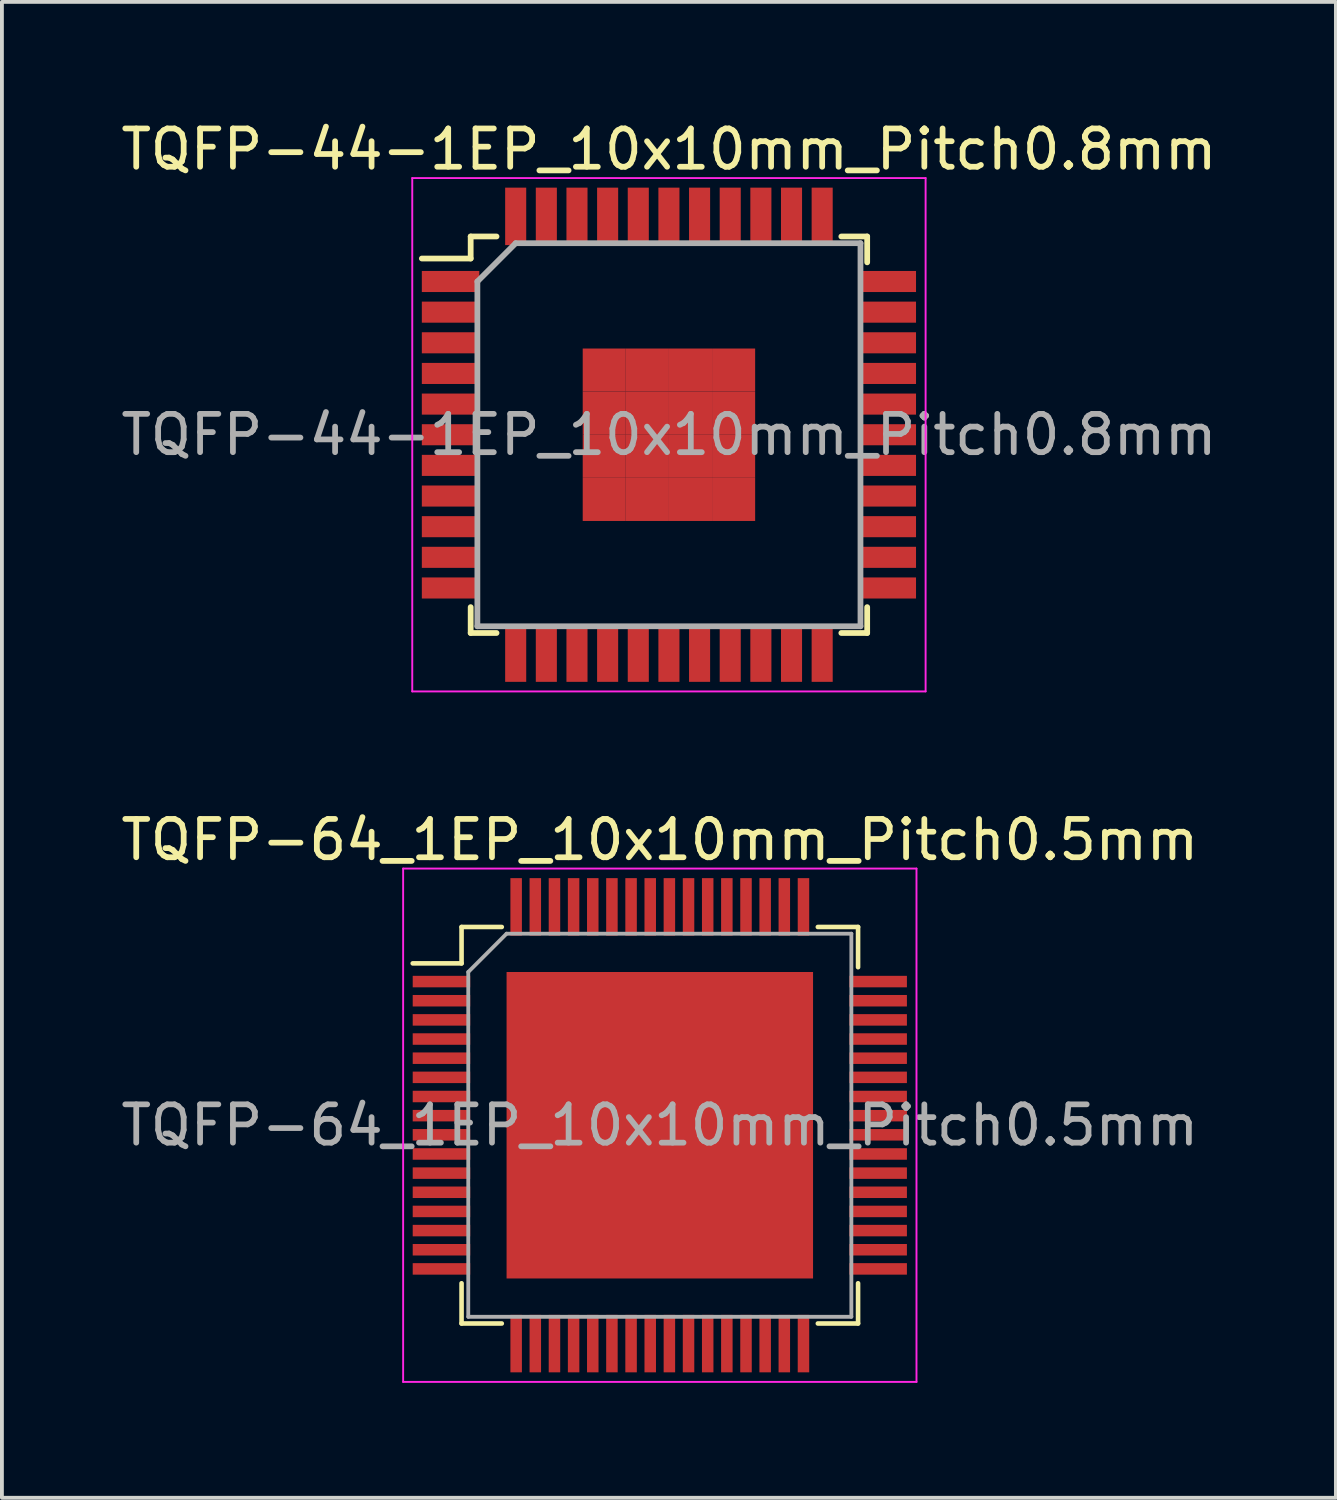
<source format=kicad_pcb>
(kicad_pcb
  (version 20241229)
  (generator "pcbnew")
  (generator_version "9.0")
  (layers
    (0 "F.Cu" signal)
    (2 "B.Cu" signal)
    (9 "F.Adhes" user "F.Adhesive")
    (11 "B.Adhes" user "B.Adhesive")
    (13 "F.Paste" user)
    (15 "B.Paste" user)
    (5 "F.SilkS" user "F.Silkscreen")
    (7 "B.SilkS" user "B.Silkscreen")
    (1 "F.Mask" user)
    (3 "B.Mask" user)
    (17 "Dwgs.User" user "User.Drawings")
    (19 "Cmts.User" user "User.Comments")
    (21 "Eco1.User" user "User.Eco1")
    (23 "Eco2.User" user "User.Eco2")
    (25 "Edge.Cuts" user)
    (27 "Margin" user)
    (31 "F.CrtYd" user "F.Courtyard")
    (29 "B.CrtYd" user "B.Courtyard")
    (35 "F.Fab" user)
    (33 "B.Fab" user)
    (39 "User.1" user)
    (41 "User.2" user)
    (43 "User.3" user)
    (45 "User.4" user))
  (footprint "TQFP-64_1EP_10x10mm_Pitch0.5mm"
    (layer "F.Cu")
    (at 14.173 26.322)
    (property "Reference" "TQFP-64_1EP_10x10mm_Pitch0.5mm" (at 0 -7.45 0) (layer "F.SilkS") (effects (font (size 1 1) (thickness 0.15))))
    (attr smd)
    (fp_line (start -5.175 -5.175) (end -5.175 -4.225) (stroke (width 0.12) (type solid)) (layer "F.SilkS"))
    (fp_line (start -5.175 -5.175) (end -4.125 -5.175) (stroke (width 0.12) (type solid)) (layer "F.SilkS"))
    (fp_line (start -5.175 -4.225) (end -6.45 -4.225) (stroke (width 0.12) (type solid)) (layer "F.SilkS"))
    (fp_line (start -5.175 5.175) (end -5.175 4.125) (stroke (width 0.12) (type solid)) (layer "F.SilkS"))
    (fp_line (start -5.175 5.175) (end -4.125 5.175) (stroke (width 0.12) (type solid)) (layer "F.SilkS"))
    (fp_line (start 5.175 -5.175) (end 4.125 -5.175) (stroke (width 0.12) (type solid)) (layer "F.SilkS"))
    (fp_line (start 5.175 -5.175) (end 5.175 -4.125) (stroke (width 0.12) (type solid)) (layer "F.SilkS"))
    (fp_line (start 5.175 5.175) (end 4.125 5.175) (stroke (width 0.12) (type solid)) (layer "F.SilkS"))
    (fp_line (start 5.175 5.175) (end 5.175 4.125) (stroke (width 0.12) (type solid)) (layer "F.SilkS"))
    (fp_line (start -6.7 -6.7) (end -6.7 6.7) (stroke (width 0.05) (type solid)) (layer "F.CrtYd"))
    (fp_line (start -6.7 -6.7) (end 6.7 -6.7) (stroke (width 0.05) (type solid)) (layer "F.CrtYd"))
    (fp_line (start -6.7 6.7) (end 6.7 6.7) (stroke (width 0.05) (type solid)) (layer "F.CrtYd"))
    (fp_line (start 6.7 -6.7) (end 6.7 6.7) (stroke (width 0.05) (type solid)) (layer "F.CrtYd"))
    (fp_line (start -5 -4) (end -4 -5) (stroke (width 0.1) (type solid)) (layer "F.Fab"))
    (fp_line (start -5 5) (end -5 -4) (stroke (width 0.1) (type solid)) (layer "F.Fab"))
    (fp_line (start -4 -5) (end 5 -5) (stroke (width 0.1) (type solid)) (layer "F.Fab"))
    (fp_line (start 5 -5) (end 5 5) (stroke (width 0.1) (type solid)) (layer "F.Fab"))
    (fp_line (start 5 5) (end -5 5) (stroke (width 0.1) (type solid)) (layer "F.Fab"))
    (fp_text user "${REFERENCE}" (at 0 0 0) (layer "F.Fab") (effects (font (size 1 1) (thickness 0.15))))
    (pad "1" smd rect (at -5.7 -3.75) (size 1.5 0.3) (layers "F.Cu" "F.Mask" "F.Paste"))
    (pad "2" smd rect (at -5.7 -3.25) (size 1.5 0.3) (layers "F.Cu" "F.Mask" "F.Paste"))
    (pad "3" smd rect (at -5.7 -2.75) (size 1.5 0.3) (layers "F.Cu" "F.Mask" "F.Paste"))
    (pad "4" smd rect (at -5.7 -2.25) (size 1.5 0.3) (layers "F.Cu" "F.Mask" "F.Paste"))
    (pad "5" smd rect (at -5.7 -1.75) (size 1.5 0.3) (layers "F.Cu" "F.Mask" "F.Paste"))
    (pad "6" smd rect (at -5.7 -1.25) (size 1.5 0.3) (layers "F.Cu" "F.Mask" "F.Paste"))
    (pad "7" smd rect (at -5.7 -0.75) (size 1.5 0.3) (layers "F.Cu" "F.Mask" "F.Paste"))
    (pad "8" smd rect (at -5.7 -0.25) (size 1.5 0.3) (layers "F.Cu" "F.Mask" "F.Paste"))
    (pad "9" smd rect (at -5.7 0.25) (size 1.5 0.3) (layers "F.Cu" "F.Mask" "F.Paste"))
    (pad "10" smd rect (at -5.7 0.75) (size 1.5 0.3) (layers "F.Cu" "F.Mask" "F.Paste"))
    (pad "11" smd rect (at -5.7 1.25) (size 1.5 0.3) (layers "F.Cu" "F.Mask" "F.Paste"))
    (pad "12" smd rect (at -5.7 1.75) (size 1.5 0.3) (layers "F.Cu" "F.Mask" "F.Paste"))
    (pad "13" smd rect (at -5.7 2.25) (size 1.5 0.3) (layers "F.Cu" "F.Mask" "F.Paste"))
    (pad "14" smd rect (at -5.7 2.75) (size 1.5 0.3) (layers "F.Cu" "F.Mask" "F.Paste"))
    (pad "15" smd rect (at -5.7 3.25) (size 1.5 0.3) (layers "F.Cu" "F.Mask" "F.Paste"))
    (pad "16" smd rect (at -5.7 3.75) (size 1.5 0.3) (layers "F.Cu" "F.Mask" "F.Paste"))
    (pad "17" smd rect (at -3.75 5.7 90) (size 1.5 0.3) (layers "F.Cu" "F.Mask" "F.Paste"))
    (pad "18" smd rect (at -3.25 5.7 90) (size 1.5 0.3) (layers "F.Cu" "F.Mask" "F.Paste"))
    (pad "19" smd rect (at -2.75 5.7 90) (size 1.5 0.3) (layers "F.Cu" "F.Mask" "F.Paste"))
    (pad "20" smd rect (at -2.25 5.7 90) (size 1.5 0.3) (layers "F.Cu" "F.Mask" "F.Paste"))
    (pad "21" smd rect (at -1.75 5.7 90) (size 1.5 0.3) (layers "F.Cu" "F.Mask" "F.Paste"))
    (pad "22" smd rect (at -1.25 5.7 90) (size 1.5 0.3) (layers "F.Cu" "F.Mask" "F.Paste"))
    (pad "23" smd rect (at -0.75 5.7 90) (size 1.5 0.3) (layers "F.Cu" "F.Mask" "F.Paste"))
    (pad "24" smd rect (at -0.25 5.7 90) (size 1.5 0.3) (layers "F.Cu" "F.Mask" "F.Paste"))
    (pad "25" smd rect (at 0.25 5.7 90) (size 1.5 0.3) (layers "F.Cu" "F.Mask" "F.Paste"))
    (pad "26" smd rect (at 0.75 5.7 90) (size 1.5 0.3) (layers "F.Cu" "F.Mask" "F.Paste"))
    (pad "27" smd rect (at 1.25 5.7 90) (size 1.5 0.3) (layers "F.Cu" "F.Mask" "F.Paste"))
    (pad "28" smd rect (at 1.75 5.7 90) (size 1.5 0.3) (layers "F.Cu" "F.Mask" "F.Paste"))
    (pad "29" smd rect (at 2.25 5.7 90) (size 1.5 0.3) (layers "F.Cu" "F.Mask" "F.Paste"))
    (pad "30" smd rect (at 2.75 5.7 90) (size 1.5 0.3) (layers "F.Cu" "F.Mask" "F.Paste"))
    (pad "31" smd rect (at 3.25 5.7 90) (size 1.5 0.3) (layers "F.Cu" "F.Mask" "F.Paste"))
    (pad "32" smd rect (at 3.75 5.7 90) (size 1.5 0.3) (layers "F.Cu" "F.Mask" "F.Paste"))
    (pad "33" smd rect (at 5.7 3.75) (size 1.5 0.3) (layers "F.Cu" "F.Mask" "F.Paste"))
    (pad "34" smd rect (at 5.7 3.25) (size 1.5 0.3) (layers "F.Cu" "F.Mask" "F.Paste"))
    (pad "35" smd rect (at 5.7 2.75) (size 1.5 0.3) (layers "F.Cu" "F.Mask" "F.Paste"))
    (pad "36" smd rect (at 5.7 2.25) (size 1.5 0.3) (layers "F.Cu" "F.Mask" "F.Paste"))
    (pad "37" smd rect (at 5.7 1.75) (size 1.5 0.3) (layers "F.Cu" "F.Mask" "F.Paste"))
    (pad "38" smd rect (at 5.7 1.25) (size 1.5 0.3) (layers "F.Cu" "F.Mask" "F.Paste"))
    (pad "39" smd rect (at 5.7 0.75) (size 1.5 0.3) (layers "F.Cu" "F.Mask" "F.Paste"))
    (pad "40" smd rect (at 5.7 0.25) (size 1.5 0.3) (layers "F.Cu" "F.Mask" "F.Paste"))
    (pad "41" smd rect (at 5.7 -0.25) (size 1.5 0.3) (layers "F.Cu" "F.Mask" "F.Paste"))
    (pad "42" smd rect (at 5.7 -0.75) (size 1.5 0.3) (layers "F.Cu" "F.Mask" "F.Paste"))
    (pad "43" smd rect (at 5.7 -1.25) (size 1.5 0.3) (layers "F.Cu" "F.Mask" "F.Paste"))
    (pad "44" smd rect (at 5.7 -1.75) (size 1.5 0.3) (layers "F.Cu" "F.Mask" "F.Paste"))
    (pad "45" smd rect (at 5.7 -2.25) (size 1.5 0.3) (layers "F.Cu" "F.Mask" "F.Paste"))
    (pad "46" smd rect (at 5.7 -2.75) (size 1.5 0.3) (layers "F.Cu" "F.Mask" "F.Paste"))
    (pad "47" smd rect (at 5.7 -3.25) (size 1.5 0.3) (layers "F.Cu" "F.Mask" "F.Paste"))
    (pad "48" smd rect (at 5.7 -3.75) (size 1.5 0.3) (layers "F.Cu" "F.Mask" "F.Paste"))
    (pad "49" smd rect (at 3.75 -5.7 90) (size 1.5 0.3) (layers "F.Cu" "F.Mask" "F.Paste"))
    (pad "50" smd rect (at 3.25 -5.7 90) (size 1.5 0.3) (layers "F.Cu" "F.Mask" "F.Paste"))
    (pad "51" smd rect (at 2.75 -5.7 90) (size 1.5 0.3) (layers "F.Cu" "F.Mask" "F.Paste"))
    (pad "52" smd rect (at 2.25 -5.7 90) (size 1.5 0.3) (layers "F.Cu" "F.Mask" "F.Paste"))
    (pad "53" smd rect (at 1.75 -5.7 90) (size 1.5 0.3) (layers "F.Cu" "F.Mask" "F.Paste"))
    (pad "54" smd rect (at 1.25 -5.7 90) (size 1.5 0.3) (layers "F.Cu" "F.Mask" "F.Paste"))
    (pad "55" smd rect (at 0.75 -5.7 90) (size 1.5 0.3) (layers "F.Cu" "F.Mask" "F.Paste"))
    (pad "56" smd rect (at 0.25 -5.7 90) (size 1.5 0.3) (layers "F.Cu" "F.Mask" "F.Paste"))
    (pad "57" smd rect (at -0.25 -5.7 90) (size 1.5 0.3) (layers "F.Cu" "F.Mask" "F.Paste"))
    (pad "58" smd rect (at -0.75 -5.7 90) (size 1.5 0.3) (layers "F.Cu" "F.Mask" "F.Paste"))
    (pad "59" smd rect (at -1.25 -5.7 90) (size 1.5 0.3) (layers "F.Cu" "F.Mask" "F.Paste"))
    (pad "60" smd rect (at -1.75 -5.7 90) (size 1.5 0.3) (layers "F.Cu" "F.Mask" "F.Paste"))
    (pad "61" smd rect (at -2.25 -5.7 90) (size 1.5 0.3) (layers "F.Cu" "F.Mask" "F.Paste"))
    (pad "62" smd rect (at -2.75 -5.7 90) (size 1.5 0.3) (layers "F.Cu" "F.Mask" "F.Paste"))
    (pad "63" smd rect (at -3.25 -5.7 90) (size 1.5 0.3) (layers "F.Cu" "F.Mask" "F.Paste"))
    (pad "64" smd rect (at -3.75 -5.7 90) (size 1.5 0.3) (layers "F.Cu" "F.Mask" "F.Paste"))
    (pad "65" smd rect (at 0 0 180) (size 8 8) (layers "F.Cu" "F.Mask" "F.Paste")))
  (footprint "TQFP-44-1EP_10x10mm_Pitch0.8mm"
    (layer "F.Cu")
    (at 14.411 8.298)
    (property "Reference" "TQFP-44-1EP_10x10mm_Pitch0.8mm" (at 0 -7.45 0) (layer "F.SilkS") (effects (font (size 1 1) (thickness 0.15))))
    (attr smd)
    (fp_line (start -5.175 -5.175) (end -5.175 -4.6) (stroke (width 0.15) (type solid)) (layer "F.SilkS"))
    (fp_line (start -5.175 -5.175) (end -4.5 -5.175) (stroke (width 0.15) (type solid)) (layer "F.SilkS"))
    (fp_line (start -5.175 -4.6) (end -6.45 -4.6) (stroke (width 0.15) (type solid)) (layer "F.SilkS"))
    (fp_line (start -5.175 5.175) (end -5.175 4.5) (stroke (width 0.15) (type solid)) (layer "F.SilkS"))
    (fp_line (start -5.175 5.175) (end -4.5 5.175) (stroke (width 0.15) (type solid)) (layer "F.SilkS"))
    (fp_line (start 5.175 -5.175) (end 4.5 -5.175) (stroke (width 0.15) (type solid)) (layer "F.SilkS"))
    (fp_line (start 5.175 -5.175) (end 5.175 -4.5) (stroke (width 0.15) (type solid)) (layer "F.SilkS"))
    (fp_line (start 5.175 5.175) (end 4.5 5.175) (stroke (width 0.15) (type solid)) (layer "F.SilkS"))
    (fp_line (start 5.175 5.175) (end 5.175 4.5) (stroke (width 0.15) (type solid)) (layer "F.SilkS"))
    (fp_line (start -6.7 -6.7) (end -6.7 6.7) (stroke (width 0.05) (type solid)) (layer "F.CrtYd"))
    (fp_line (start -6.7 -6.7) (end 6.7 -6.7) (stroke (width 0.05) (type solid)) (layer "F.CrtYd"))
    (fp_line (start -6.7 6.7) (end 6.7 6.7) (stroke (width 0.05) (type solid)) (layer "F.CrtYd"))
    (fp_line (start 6.7 -6.7) (end 6.7 6.7) (stroke (width 0.05) (type solid)) (layer "F.CrtYd"))
    (fp_line (start -5 -4) (end -4 -5) (stroke (width 0.15) (type solid)) (layer "F.Fab"))
    (fp_line (start -5 5) (end -5 -4) (stroke (width 0.15) (type solid)) (layer "F.Fab"))
    (fp_line (start -4 -5) (end 5 -5) (stroke (width 0.15) (type solid)) (layer "F.Fab"))
    (fp_line (start 5 -5) (end 5 5) (stroke (width 0.15) (type solid)) (layer "F.Fab"))
    (fp_line (start 5 5) (end -5 5) (stroke (width 0.15) (type solid)) (layer "F.Fab"))
    (fp_text user "${REFERENCE}" (at 0 0 0) (layer "F.Fab") (effects (font (size 1 1) (thickness 0.15))))
    (pad "1" smd rect (at -5.7 -4) (size 1.5 0.55) (layers "F.Cu" "F.Mask" "F.Paste"))
    (pad "2" smd rect (at -5.7 -3.2) (size 1.5 0.55) (layers "F.Cu" "F.Mask" "F.Paste"))
    (pad "3" smd rect (at -5.7 -2.4) (size 1.5 0.55) (layers "F.Cu" "F.Mask" "F.Paste"))
    (pad "4" smd rect (at -5.7 -1.6) (size 1.5 0.55) (layers "F.Cu" "F.Mask" "F.Paste"))
    (pad "5" smd rect (at -5.7 -0.8) (size 1.5 0.55) (layers "F.Cu" "F.Mask" "F.Paste"))
    (pad "6" smd rect (at -5.7 0) (size 1.5 0.55) (layers "F.Cu" "F.Mask" "F.Paste"))
    (pad "7" smd rect (at -5.7 0.8) (size 1.5 0.55) (layers "F.Cu" "F.Mask" "F.Paste"))
    (pad "8" smd rect (at -5.7 1.6) (size 1.5 0.55) (layers "F.Cu" "F.Mask" "F.Paste"))
    (pad "9" smd rect (at -5.7 2.4) (size 1.5 0.55) (layers "F.Cu" "F.Mask" "F.Paste"))
    (pad "10" smd rect (at -5.7 3.2) (size 1.5 0.55) (layers "F.Cu" "F.Mask" "F.Paste"))
    (pad "11" smd rect (at -5.7 4) (size 1.5 0.55) (layers "F.Cu" "F.Mask" "F.Paste"))
    (pad "12" smd rect (at -4 5.7 90) (size 1.5 0.55) (layers "F.Cu" "F.Mask" "F.Paste"))
    (pad "13" smd rect (at -3.2 5.7 90) (size 1.5 0.55) (layers "F.Cu" "F.Mask" "F.Paste"))
    (pad "14" smd rect (at -2.4 5.7 90) (size 1.5 0.55) (layers "F.Cu" "F.Mask" "F.Paste"))
    (pad "15" smd rect (at -1.6 5.7 90) (size 1.5 0.55) (layers "F.Cu" "F.Mask" "F.Paste"))
    (pad "16" smd rect (at -0.8 5.7 90) (size 1.5 0.55) (layers "F.Cu" "F.Mask" "F.Paste"))
    (pad "17" smd rect (at 0 5.7 90) (size 1.5 0.55) (layers "F.Cu" "F.Mask" "F.Paste"))
    (pad "18" smd rect (at 0.8 5.7 90) (size 1.5 0.55) (layers "F.Cu" "F.Mask" "F.Paste"))
    (pad "19" smd rect (at 1.6 5.7 90) (size 1.5 0.55) (layers "F.Cu" "F.Mask" "F.Paste"))
    (pad "20" smd rect (at 2.4 5.7 90) (size 1.5 0.55) (layers "F.Cu" "F.Mask" "F.Paste"))
    (pad "21" smd rect (at 3.2 5.7 90) (size 1.5 0.55) (layers "F.Cu" "F.Mask" "F.Paste"))
    (pad "22" smd rect (at 4 5.7 90) (size 1.5 0.55) (layers "F.Cu" "F.Mask" "F.Paste"))
    (pad "23" smd rect (at 5.7 4) (size 1.5 0.55) (layers "F.Cu" "F.Mask" "F.Paste"))
    (pad "24" smd rect (at 5.7 3.2) (size 1.5 0.55) (layers "F.Cu" "F.Mask" "F.Paste"))
    (pad "25" smd rect (at 5.7 2.4) (size 1.5 0.55) (layers "F.Cu" "F.Mask" "F.Paste"))
    (pad "26" smd rect (at 5.7 1.6) (size 1.5 0.55) (layers "F.Cu" "F.Mask" "F.Paste"))
    (pad "27" smd rect (at 5.7 0.8) (size 1.5 0.55) (layers "F.Cu" "F.Mask" "F.Paste"))
    (pad "28" smd rect (at 5.7 0) (size 1.5 0.55) (layers "F.Cu" "F.Mask" "F.Paste"))
    (pad "29" smd rect (at 5.7 -0.8) (size 1.5 0.55) (layers "F.Cu" "F.Mask" "F.Paste"))
    (pad "30" smd rect (at 5.7 -1.6) (size 1.5 0.55) (layers "F.Cu" "F.Mask" "F.Paste"))
    (pad "31" smd rect (at 5.7 -2.4) (size 1.5 0.55) (layers "F.Cu" "F.Mask" "F.Paste"))
    (pad "32" smd rect (at 5.7 -3.2) (size 1.5 0.55) (layers "F.Cu" "F.Mask" "F.Paste"))
    (pad "33" smd rect (at 5.7 -4) (size 1.5 0.55) (layers "F.Cu" "F.Mask" "F.Paste"))
    (pad "34" smd rect (at 4 -5.7 90) (size 1.5 0.55) (layers "F.Cu" "F.Mask" "F.Paste"))
    (pad "35" smd rect (at 3.2 -5.7 90) (size 1.5 0.55) (layers "F.Cu" "F.Mask" "F.Paste"))
    (pad "36" smd rect (at 2.4 -5.7 90) (size 1.5 0.55) (layers "F.Cu" "F.Mask" "F.Paste"))
    (pad "37" smd rect (at 1.6 -5.7 90) (size 1.5 0.55) (layers "F.Cu" "F.Mask" "F.Paste"))
    (pad "38" smd rect (at 0.8 -5.7 90) (size 1.5 0.55) (layers "F.Cu" "F.Mask" "F.Paste"))
    (pad "39" smd rect (at 0 -5.7 90) (size 1.5 0.55) (layers "F.Cu" "F.Mask" "F.Paste"))
    (pad "40" smd rect (at -0.8 -5.7 90) (size 1.5 0.55) (layers "F.Cu" "F.Mask" "F.Paste"))
    (pad "41" smd rect (at -1.6 -5.7 90) (size 1.5 0.55) (layers "F.Cu" "F.Mask" "F.Paste"))
    (pad "42" smd rect (at -2.4 -5.7 90) (size 1.5 0.55) (layers "F.Cu" "F.Mask" "F.Paste"))
    (pad "43" smd rect (at -3.2 -5.7 90) (size 1.5 0.55) (layers "F.Cu" "F.Mask" "F.Paste"))
    (pad "44" smd rect (at -4 -5.7 90) (size 1.5 0.55) (layers "F.Cu" "F.Mask" "F.Paste"))
    (pad "45" smd rect (at -1.688 -1.688) (size 1.125 1.125) (layers "F.Cu" "F.Mask" "F.Paste"))
    (pad "45" smd rect (at -1.688 -0.562) (size 1.125 1.125) (layers "F.Cu" "F.Mask" "F.Paste"))
    (pad "45" smd rect (at -1.688 0.562) (size 1.125 1.125) (layers "F.Cu" "F.Mask" "F.Paste"))
    (pad "45" smd rect (at -1.688 1.688) (size 1.125 1.125) (layers "F.Cu" "F.Mask" "F.Paste"))
    (pad "45" smd rect (at -0.562 -1.688) (size 1.125 1.125) (layers "F.Cu" "F.Mask" "F.Paste"))
    (pad "45" smd rect (at -0.562 -0.562) (size 1.125 1.125) (layers "F.Cu" "F.Mask" "F.Paste"))
    (pad "45" smd rect (at -0.562 0.562) (size 1.125 1.125) (layers "F.Cu" "F.Mask" "F.Paste"))
    (pad "45" smd rect (at -0.562 1.688) (size 1.125 1.125) (layers "F.Cu" "F.Mask" "F.Paste"))
    (pad "45" smd rect (at 0.562 -1.688) (size 1.125 1.125) (layers "F.Cu" "F.Mask" "F.Paste"))
    (pad "45" smd rect (at 0.562 -0.562) (size 1.125 1.125) (layers "F.Cu" "F.Mask" "F.Paste"))
    (pad "45" smd rect (at 0.562 0.562) (size 1.125 1.125) (layers "F.Cu" "F.Mask" "F.Paste"))
    (pad "45" smd rect (at 0.562 1.688) (size 1.125 1.125) (layers "F.Cu" "F.Mask" "F.Paste"))
    (pad "45" smd rect (at 1.688 -1.688) (size 1.125 1.125) (layers "F.Cu" "F.Mask" "F.Paste"))
    (pad "45" smd rect (at 1.688 -0.562) (size 1.125 1.125) (layers "F.Cu" "F.Mask" "F.Paste"))
    (pad "45" smd rect (at 1.688 0.562) (size 1.125 1.125) (layers "F.Cu" "F.Mask" "F.Paste"))
    (pad "45" smd rect (at 1.688 1.688) (size 1.125 1.125) (layers "F.Cu" "F.Mask" "F.Paste")))
  (gr_rect
    (start -3 -3)
    (end 31.821 36.047)
    (stroke (width 0.1) (type default))
    (fill no)
    (layer "Edge.Cuts")))
</source>
